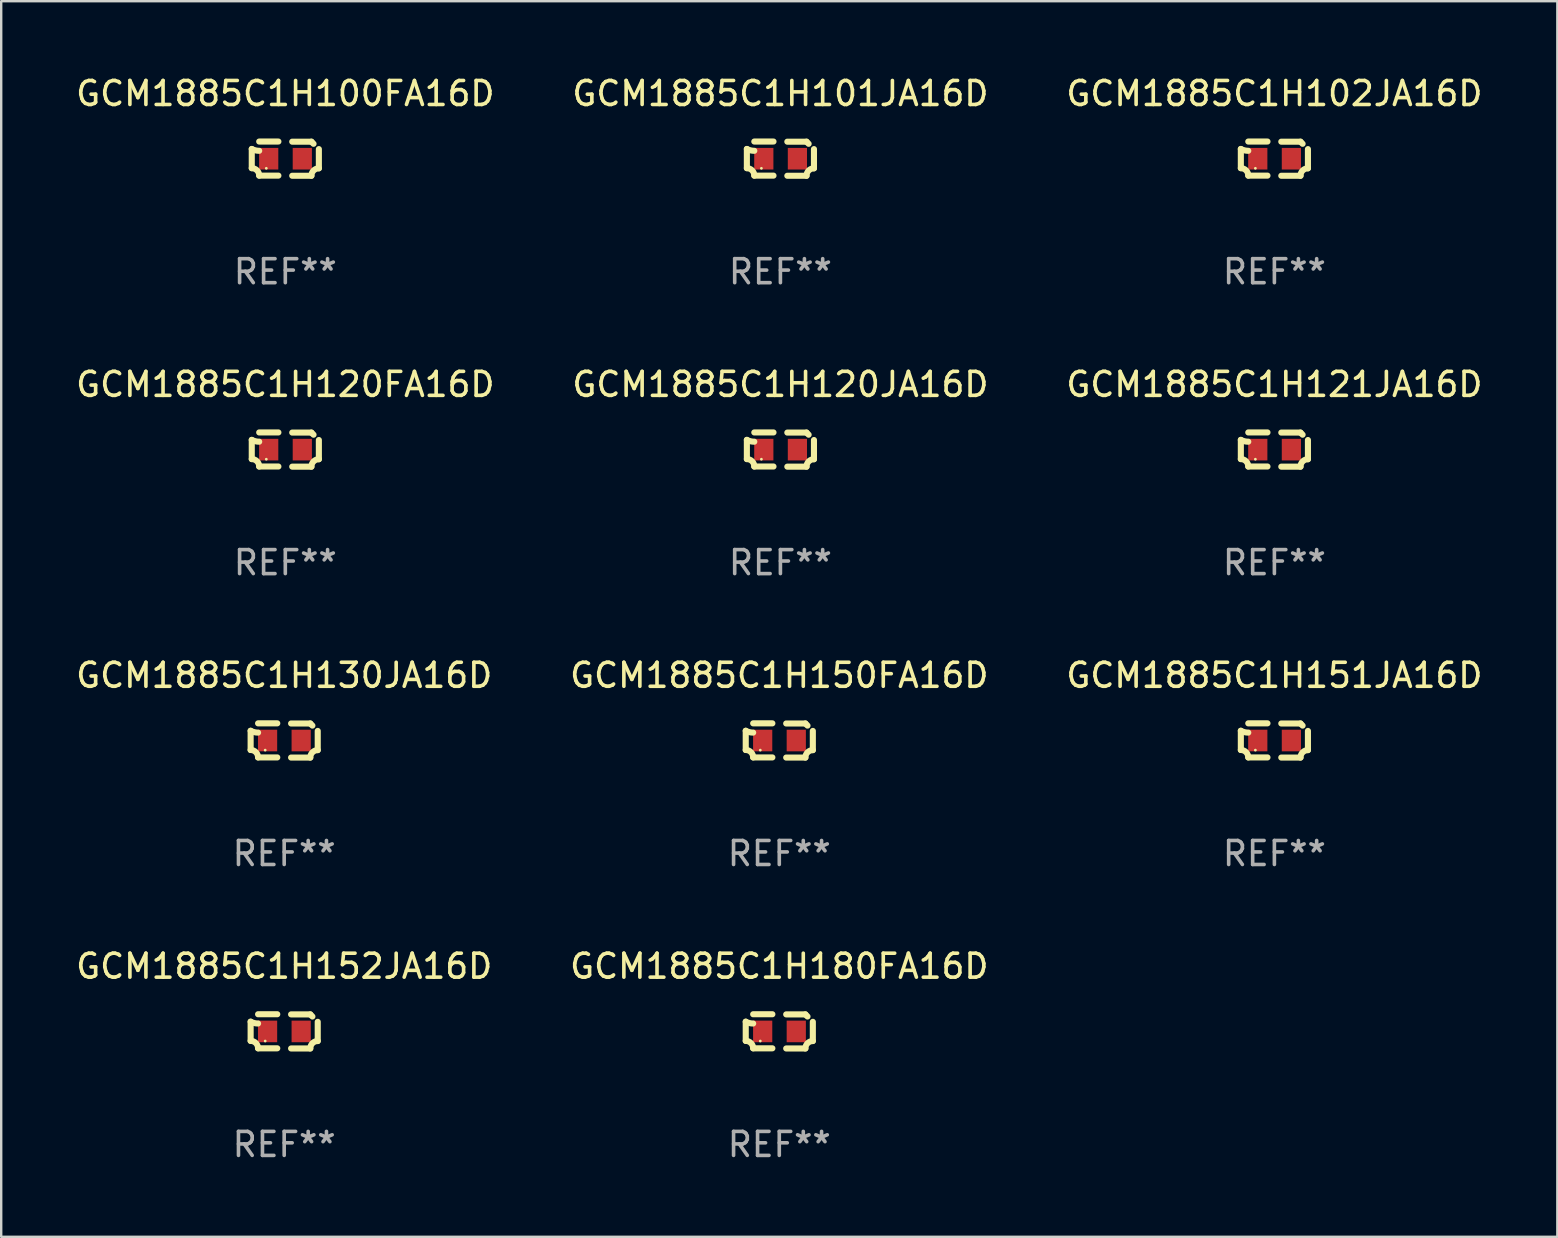
<source format=kicad_pcb>
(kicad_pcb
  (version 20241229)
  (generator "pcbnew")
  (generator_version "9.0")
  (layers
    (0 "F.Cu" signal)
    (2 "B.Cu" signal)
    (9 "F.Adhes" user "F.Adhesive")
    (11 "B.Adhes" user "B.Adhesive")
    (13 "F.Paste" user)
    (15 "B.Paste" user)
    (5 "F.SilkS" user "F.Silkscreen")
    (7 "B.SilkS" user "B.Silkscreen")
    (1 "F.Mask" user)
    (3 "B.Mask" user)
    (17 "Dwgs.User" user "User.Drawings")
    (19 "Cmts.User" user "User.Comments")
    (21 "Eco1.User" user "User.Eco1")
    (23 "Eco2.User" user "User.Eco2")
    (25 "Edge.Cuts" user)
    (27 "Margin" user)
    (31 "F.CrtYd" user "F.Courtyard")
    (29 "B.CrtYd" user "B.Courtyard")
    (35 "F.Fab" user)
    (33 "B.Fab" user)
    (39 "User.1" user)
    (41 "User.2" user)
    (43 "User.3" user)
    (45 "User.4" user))
  (footprint "GCM1885C1H152JA16D"
    (layer "F.Cu")
    (at 8.792 39.927)
    (property "Reference" "GCM1885C1H152JA16D" (at 0 -2.713 0) (layer "F.SilkS") (effects (font (size 1 1) (thickness 0.15))))
    (attr through_hole)
    (fp_line (start -1.398 -0.403) (end -1.398 0.397) (stroke (width 0.254) (type solid)) (layer "F.SilkS"))
    (fp_line (start -0.288 -0.713) (end -1.088 -0.713) (stroke (width 0.254) (type solid)) (layer "F.SilkS"))
    (fp_line (start -0.288 0.707) (end -1.088 0.707) (stroke (width 0.254) (type solid)) (layer "F.SilkS"))
    (fp_line (start 0.288 -0.707) (end 1.088 -0.707) (stroke (width 0.254) (type solid)) (layer "F.SilkS"))
    (fp_line (start 0.288 0.713) (end 1.088 0.713) (stroke (width 0.254) (type solid)) (layer "F.SilkS"))
    (fp_line (start 1.398 -0.397) (end 1.398 0.403) (stroke (width 0.254) (type solid)) (layer "F.SilkS"))
    (fp_arc (start -1.397789 0.397066) (mid -1.178701 0.487826) (end -1.08796 0.706922) (stroke (width 0.254001) (type solid)) (layer "F.SilkS"))
    (fp_arc (start -1.08796 -0.327176) (mid -1.247436 -0.346384) (end -1.39779 -0.402908) (stroke (width 0.254001) (type solid)) (layer "F.SilkS"))
    (fp_arc (start 1.087909 0.712738) (mid 1.178656 0.493655) (end 1.397739 0.402908) (stroke (width 0.254001) (type solid)) (layer "F.SilkS"))
    (fp_arc (start 1.175925 -0.618926) (mid 1.131917 -0.662923) (end 1.08791 -0.706922) (stroke (width 0.254001) (type solid)) (layer "F.SilkS"))
    (fp_circle (center -0.792 0.403) (end -0.762 0.403) (stroke (width 0.06) (type solid)) (fill no) (layer "F.SilkS"))
    (fp_text user "REF**" (at 0 4.713 0) (layer "F.Fab") (effects (font (size 1 1) (thickness 0.15))))
    (pad "1" smd rect (at -0.692 0.003) (size 0.8 0.9) (layers "F.Cu" "F.Mask" "F.Paste"))
    (pad "2" smd rect (at 0.708 0.003) (size 0.8 0.9) (layers "F.Cu" "F.Mask" "F.Paste")))
  (footprint "GCM1885C1H130JA16D"
    (layer "F.Cu")
    (at 8.792 27.805)
    (property "Reference" "GCM1885C1H130JA16D" (at 0 -2.713 0) (layer "F.SilkS") (effects (font (size 1 1) (thickness 0.15))))
    (attr through_hole)
    (fp_line (start -1.398 -0.403) (end -1.398 0.397) (stroke (width 0.254) (type solid)) (layer "F.SilkS"))
    (fp_line (start -0.288 -0.713) (end -1.088 -0.713) (stroke (width 0.254) (type solid)) (layer "F.SilkS"))
    (fp_line (start -0.288 0.707) (end -1.088 0.707) (stroke (width 0.254) (type solid)) (layer "F.SilkS"))
    (fp_line (start 0.288 -0.707) (end 1.088 -0.707) (stroke (width 0.254) (type solid)) (layer "F.SilkS"))
    (fp_line (start 0.288 0.713) (end 1.088 0.713) (stroke (width 0.254) (type solid)) (layer "F.SilkS"))
    (fp_line (start 1.398 -0.397) (end 1.398 0.403) (stroke (width 0.254) (type solid)) (layer "F.SilkS"))
    (fp_arc (start -1.397789 0.397066) (mid -1.178701 0.487826) (end -1.08796 0.706922) (stroke (width 0.254001) (type solid)) (layer "F.SilkS"))
    (fp_arc (start -1.08796 -0.327176) (mid -1.247436 -0.346384) (end -1.39779 -0.402908) (stroke (width 0.254001) (type solid)) (layer "F.SilkS"))
    (fp_arc (start 1.087909 0.712738) (mid 1.178656 0.493655) (end 1.397739 0.402908) (stroke (width 0.254001) (type solid)) (layer "F.SilkS"))
    (fp_arc (start 1.175925 -0.618926) (mid 1.131917 -0.662923) (end 1.08791 -0.706922) (stroke (width 0.254001) (type solid)) (layer "F.SilkS"))
    (fp_circle (center -0.792 0.403) (end -0.762 0.403) (stroke (width 0.06) (type solid)) (fill no) (layer "F.SilkS"))
    (fp_text user "REF**" (at 0 4.713 0) (layer "F.Fab") (effects (font (size 1 1) (thickness 0.15))))
    (pad "1" smd rect (at -0.692 0.003) (size 0.8 0.9) (layers "F.Cu" "F.Mask" "F.Paste"))
    (pad "2" smd rect (at 0.708 0.003) (size 0.8 0.9) (layers "F.Cu" "F.Mask" "F.Paste")))
  (footprint "GCM1885C1H120JA16D"
    (layer "F.Cu")
    (at 29.47 15.683)
    (property "Reference" "GCM1885C1H120JA16D" (at 0 -2.713 0) (layer "F.SilkS") (effects (font (size 1 1) (thickness 0.15))))
    (attr through_hole)
    (fp_line (start -1.398 -0.403) (end -1.398 0.397) (stroke (width 0.254) (type solid)) (layer "F.SilkS"))
    (fp_line (start -0.288 -0.713) (end -1.088 -0.713) (stroke (width 0.254) (type solid)) (layer "F.SilkS"))
    (fp_line (start -0.288 0.707) (end -1.088 0.707) (stroke (width 0.254) (type solid)) (layer "F.SilkS"))
    (fp_line (start 0.288 -0.707) (end 1.088 -0.707) (stroke (width 0.254) (type solid)) (layer "F.SilkS"))
    (fp_line (start 0.288 0.713) (end 1.088 0.713) (stroke (width 0.254) (type solid)) (layer "F.SilkS"))
    (fp_line (start 1.398 -0.397) (end 1.398 0.403) (stroke (width 0.254) (type solid)) (layer "F.SilkS"))
    (fp_arc (start -1.397789 0.397066) (mid -1.178701 0.487826) (end -1.08796 0.706922) (stroke (width 0.254001) (type solid)) (layer "F.SilkS"))
    (fp_arc (start -1.08796 -0.327176) (mid -1.247436 -0.346384) (end -1.39779 -0.402908) (stroke (width 0.254001) (type solid)) (layer "F.SilkS"))
    (fp_arc (start 1.087909 0.712738) (mid 1.178656 0.493655) (end 1.397739 0.402908) (stroke (width 0.254001) (type solid)) (layer "F.SilkS"))
    (fp_arc (start 1.175925 -0.618926) (mid 1.131917 -0.662923) (end 1.08791 -0.706922) (stroke (width 0.254001) (type solid)) (layer "F.SilkS"))
    (fp_circle (center -0.792 0.403) (end -0.762 0.403) (stroke (width 0.06) (type solid)) (fill no) (layer "F.SilkS"))
    (fp_text user "REF**" (at 0 4.713 0) (layer "F.Fab") (effects (font (size 1 1) (thickness 0.15))))
    (pad "1" smd rect (at -0.692 0.003) (size 0.8 0.9) (layers "F.Cu" "F.Mask" "F.Paste"))
    (pad "2" smd rect (at 0.708 0.003) (size 0.8 0.9) (layers "F.Cu" "F.Mask" "F.Paste")))
  (footprint "GCM1885C1H100FA16D"
    (layer "F.Cu")
    (at 8.839 3.561)
    (property "Reference" "GCM1885C1H100FA16D" (at 0 -2.713 0) (layer "F.SilkS") (effects (font (size 1 1) (thickness 0.15))))
    (attr through_hole)
    (fp_line (start -1.398 -0.403) (end -1.398 0.397) (stroke (width 0.254) (type solid)) (layer "F.SilkS"))
    (fp_line (start -0.288 -0.713) (end -1.088 -0.713) (stroke (width 0.254) (type solid)) (layer "F.SilkS"))
    (fp_line (start -0.288 0.707) (end -1.088 0.707) (stroke (width 0.254) (type solid)) (layer "F.SilkS"))
    (fp_line (start 0.288 -0.707) (end 1.088 -0.707) (stroke (width 0.254) (type solid)) (layer "F.SilkS"))
    (fp_line (start 0.288 0.713) (end 1.088 0.713) (stroke (width 0.254) (type solid)) (layer "F.SilkS"))
    (fp_line (start 1.398 -0.397) (end 1.398 0.403) (stroke (width 0.254) (type solid)) (layer "F.SilkS"))
    (fp_arc (start -1.397789 0.397066) (mid -1.178701 0.487826) (end -1.08796 0.706922) (stroke (width 0.254001) (type solid)) (layer "F.SilkS"))
    (fp_arc (start -1.08796 -0.327176) (mid -1.247436 -0.346384) (end -1.39779 -0.402908) (stroke (width 0.254001) (type solid)) (layer "F.SilkS"))
    (fp_arc (start 1.087909 0.712738) (mid 1.178656 0.493655) (end 1.397739 0.402908) (stroke (width 0.254001) (type solid)) (layer "F.SilkS"))
    (fp_arc (start 1.175925 -0.618926) (mid 1.131917 -0.662923) (end 1.08791 -0.706922) (stroke (width 0.254001) (type solid)) (layer "F.SilkS"))
    (fp_circle (center -0.792 0.403) (end -0.762 0.403) (stroke (width 0.06) (type solid)) (fill no) (layer "F.SilkS"))
    (fp_text user "REF**" (at 0 4.713 0) (layer "F.Fab") (effects (font (size 1 1) (thickness 0.15))))
    (pad "1" smd rect (at -0.692 0.003) (size 0.8 0.9) (layers "F.Cu" "F.Mask" "F.Paste"))
    (pad "2" smd rect (at 0.708 0.003) (size 0.8 0.9) (layers "F.Cu" "F.Mask" "F.Paste")))
  (footprint "GCM1885C1H121JA16D"
    (layer "F.Cu")
    (at 50.054 15.683)
    (property "Reference" "GCM1885C1H121JA16D" (at 0 -2.713 0) (layer "F.SilkS") (effects (font (size 1 1) (thickness 0.15))))
    (attr through_hole)
    (fp_line (start -1.398 -0.403) (end -1.398 0.397) (stroke (width 0.254) (type solid)) (layer "F.SilkS"))
    (fp_line (start -0.288 -0.713) (end -1.088 -0.713) (stroke (width 0.254) (type solid)) (layer "F.SilkS"))
    (fp_line (start -0.288 0.707) (end -1.088 0.707) (stroke (width 0.254) (type solid)) (layer "F.SilkS"))
    (fp_line (start 0.288 -0.707) (end 1.088 -0.707) (stroke (width 0.254) (type solid)) (layer "F.SilkS"))
    (fp_line (start 0.288 0.713) (end 1.088 0.713) (stroke (width 0.254) (type solid)) (layer "F.SilkS"))
    (fp_line (start 1.398 -0.397) (end 1.398 0.403) (stroke (width 0.254) (type solid)) (layer "F.SilkS"))
    (fp_arc (start -1.397789 0.397066) (mid -1.178701 0.487826) (end -1.08796 0.706922) (stroke (width 0.254001) (type solid)) (layer "F.SilkS"))
    (fp_arc (start -1.08796 -0.327176) (mid -1.247436 -0.346384) (end -1.39779 -0.402908) (stroke (width 0.254001) (type solid)) (layer "F.SilkS"))
    (fp_arc (start 1.087909 0.712738) (mid 1.178656 0.493655) (end 1.397739 0.402908) (stroke (width 0.254001) (type solid)) (layer "F.SilkS"))
    (fp_arc (start 1.175925 -0.618926) (mid 1.131917 -0.662923) (end 1.08791 -0.706922) (stroke (width 0.254001) (type solid)) (layer "F.SilkS"))
    (fp_circle (center -0.792 0.403) (end -0.762 0.403) (stroke (width 0.06) (type solid)) (fill no) (layer "F.SilkS"))
    (fp_text user "REF**" (at 0 4.713 0) (layer "F.Fab") (effects (font (size 1 1) (thickness 0.15))))
    (pad "1" smd rect (at -0.692 0.003) (size 0.8 0.9) (layers "F.Cu" "F.Mask" "F.Paste"))
    (pad "2" smd rect (at 0.708 0.003) (size 0.8 0.9) (layers "F.Cu" "F.Mask" "F.Paste")))
  (footprint "GCM1885C1H180FA16D"
    (layer "F.Cu")
    (at 29.423 39.927)
    (property "Reference" "GCM1885C1H180FA16D" (at 0 -2.713 0) (layer "F.SilkS") (effects (font (size 1 1) (thickness 0.15))))
    (attr through_hole)
    (fp_line (start -1.398 -0.403) (end -1.398 0.397) (stroke (width 0.254) (type solid)) (layer "F.SilkS"))
    (fp_line (start -0.288 -0.713) (end -1.088 -0.713) (stroke (width 0.254) (type solid)) (layer "F.SilkS"))
    (fp_line (start -0.288 0.707) (end -1.088 0.707) (stroke (width 0.254) (type solid)) (layer "F.SilkS"))
    (fp_line (start 0.288 -0.707) (end 1.088 -0.707) (stroke (width 0.254) (type solid)) (layer "F.SilkS"))
    (fp_line (start 0.288 0.713) (end 1.088 0.713) (stroke (width 0.254) (type solid)) (layer "F.SilkS"))
    (fp_line (start 1.398 -0.397) (end 1.398 0.403) (stroke (width 0.254) (type solid)) (layer "F.SilkS"))
    (fp_arc (start -1.397789 0.397066) (mid -1.178701 0.487826) (end -1.08796 0.706922) (stroke (width 0.254001) (type solid)) (layer "F.SilkS"))
    (fp_arc (start -1.08796 -0.327176) (mid -1.247436 -0.346384) (end -1.39779 -0.402908) (stroke (width 0.254001) (type solid)) (layer "F.SilkS"))
    (fp_arc (start 1.087909 0.712738) (mid 1.178656 0.493655) (end 1.397739 0.402908) (stroke (width 0.254001) (type solid)) (layer "F.SilkS"))
    (fp_arc (start 1.175925 -0.618926) (mid 1.131917 -0.662923) (end 1.08791 -0.706922) (stroke (width 0.254001) (type solid)) (layer "F.SilkS"))
    (fp_circle (center -0.792 0.403) (end -0.762 0.403) (stroke (width 0.06) (type solid)) (fill no) (layer "F.SilkS"))
    (fp_text user "REF**" (at 0 4.713 0) (layer "F.Fab") (effects (font (size 1 1) (thickness 0.15))))
    (pad "1" smd rect (at -0.692 0.003) (size 0.8 0.9) (layers "F.Cu" "F.Mask" "F.Paste"))
    (pad "2" smd rect (at 0.708 0.003) (size 0.8 0.9) (layers "F.Cu" "F.Mask" "F.Paste")))
  (footprint "GCM1885C1H150FA16D"
    (layer "F.Cu")
    (at 29.423 27.805)
    (property "Reference" "GCM1885C1H150FA16D" (at 0 -2.713 0) (layer "F.SilkS") (effects (font (size 1 1) (thickness 0.15))))
    (attr through_hole)
    (fp_line (start -1.398 -0.403) (end -1.398 0.397) (stroke (width 0.254) (type solid)) (layer "F.SilkS"))
    (fp_line (start -0.288 -0.713) (end -1.088 -0.713) (stroke (width 0.254) (type solid)) (layer "F.SilkS"))
    (fp_line (start -0.288 0.707) (end -1.088 0.707) (stroke (width 0.254) (type solid)) (layer "F.SilkS"))
    (fp_line (start 0.288 -0.707) (end 1.088 -0.707) (stroke (width 0.254) (type solid)) (layer "F.SilkS"))
    (fp_line (start 0.288 0.713) (end 1.088 0.713) (stroke (width 0.254) (type solid)) (layer "F.SilkS"))
    (fp_line (start 1.398 -0.397) (end 1.398 0.403) (stroke (width 0.254) (type solid)) (layer "F.SilkS"))
    (fp_arc (start -1.397789 0.397066) (mid -1.178701 0.487826) (end -1.08796 0.706922) (stroke (width 0.254001) (type solid)) (layer "F.SilkS"))
    (fp_arc (start -1.08796 -0.327176) (mid -1.247436 -0.346384) (end -1.39779 -0.402908) (stroke (width 0.254001) (type solid)) (layer "F.SilkS"))
    (fp_arc (start 1.087909 0.712738) (mid 1.178656 0.493655) (end 1.397739 0.402908) (stroke (width 0.254001) (type solid)) (layer "F.SilkS"))
    (fp_arc (start 1.175925 -0.618926) (mid 1.131917 -0.662923) (end 1.08791 -0.706922) (stroke (width 0.254001) (type solid)) (layer "F.SilkS"))
    (fp_circle (center -0.792 0.403) (end -0.762 0.403) (stroke (width 0.06) (type solid)) (fill no) (layer "F.SilkS"))
    (fp_text user "REF**" (at 0 4.713 0) (layer "F.Fab") (effects (font (size 1 1) (thickness 0.15))))
    (pad "1" smd rect (at -0.692 0.003) (size 0.8 0.9) (layers "F.Cu" "F.Mask" "F.Paste"))
    (pad "2" smd rect (at 0.708 0.003) (size 0.8 0.9) (layers "F.Cu" "F.Mask" "F.Paste")))
  (footprint "GCM1885C1H120FA16D"
    (layer "F.Cu")
    (at 8.839 15.683)
    (property "Reference" "GCM1885C1H120FA16D" (at 0 -2.713 0) (layer "F.SilkS") (effects (font (size 1 1) (thickness 0.15))))
    (attr through_hole)
    (fp_line (start -1.398 -0.403) (end -1.398 0.397) (stroke (width 0.254) (type solid)) (layer "F.SilkS"))
    (fp_line (start -0.288 -0.713) (end -1.088 -0.713) (stroke (width 0.254) (type solid)) (layer "F.SilkS"))
    (fp_line (start -0.288 0.707) (end -1.088 0.707) (stroke (width 0.254) (type solid)) (layer "F.SilkS"))
    (fp_line (start 0.288 -0.707) (end 1.088 -0.707) (stroke (width 0.254) (type solid)) (layer "F.SilkS"))
    (fp_line (start 0.288 0.713) (end 1.088 0.713) (stroke (width 0.254) (type solid)) (layer "F.SilkS"))
    (fp_line (start 1.398 -0.397) (end 1.398 0.403) (stroke (width 0.254) (type solid)) (layer "F.SilkS"))
    (fp_arc (start -1.397789 0.397066) (mid -1.178701 0.487826) (end -1.08796 0.706922) (stroke (width 0.254001) (type solid)) (layer "F.SilkS"))
    (fp_arc (start -1.08796 -0.327176) (mid -1.247436 -0.346384) (end -1.39779 -0.402908) (stroke (width 0.254001) (type solid)) (layer "F.SilkS"))
    (fp_arc (start 1.087909 0.712738) (mid 1.178656 0.493655) (end 1.397739 0.402908) (stroke (width 0.254001) (type solid)) (layer "F.SilkS"))
    (fp_arc (start 1.175925 -0.618926) (mid 1.131917 -0.662923) (end 1.08791 -0.706922) (stroke (width 0.254001) (type solid)) (layer "F.SilkS"))
    (fp_circle (center -0.792 0.403) (end -0.762 0.403) (stroke (width 0.06) (type solid)) (fill no) (layer "F.SilkS"))
    (fp_text user "REF**" (at 0 4.713 0) (layer "F.Fab") (effects (font (size 1 1) (thickness 0.15))))
    (pad "1" smd rect (at -0.692 0.003) (size 0.8 0.9) (layers "F.Cu" "F.Mask" "F.Paste"))
    (pad "2" smd rect (at 0.708 0.003) (size 0.8 0.9) (layers "F.Cu" "F.Mask" "F.Paste")))
  (footprint "GCM1885C1H151JA16D"
    (layer "F.Cu")
    (at 50.054 27.805)
    (property "Reference" "GCM1885C1H151JA16D" (at 0 -2.713 0) (layer "F.SilkS") (effects (font (size 1 1) (thickness 0.15))))
    (attr through_hole)
    (fp_line (start -1.398 -0.403) (end -1.398 0.397) (stroke (width 0.254) (type solid)) (layer "F.SilkS"))
    (fp_line (start -0.288 -0.713) (end -1.088 -0.713) (stroke (width 0.254) (type solid)) (layer "F.SilkS"))
    (fp_line (start -0.288 0.707) (end -1.088 0.707) (stroke (width 0.254) (type solid)) (layer "F.SilkS"))
    (fp_line (start 0.288 -0.707) (end 1.088 -0.707) (stroke (width 0.254) (type solid)) (layer "F.SilkS"))
    (fp_line (start 0.288 0.713) (end 1.088 0.713) (stroke (width 0.254) (type solid)) (layer "F.SilkS"))
    (fp_line (start 1.398 -0.397) (end 1.398 0.403) (stroke (width 0.254) (type solid)) (layer "F.SilkS"))
    (fp_arc (start -1.397789 0.397066) (mid -1.178701 0.487826) (end -1.08796 0.706922) (stroke (width 0.254001) (type solid)) (layer "F.SilkS"))
    (fp_arc (start -1.08796 -0.327176) (mid -1.247436 -0.346384) (end -1.39779 -0.402908) (stroke (width 0.254001) (type solid)) (layer "F.SilkS"))
    (fp_arc (start 1.087909 0.712738) (mid 1.178656 0.493655) (end 1.397739 0.402908) (stroke (width 0.254001) (type solid)) (layer "F.SilkS"))
    (fp_arc (start 1.175925 -0.618926) (mid 1.131917 -0.662923) (end 1.08791 -0.706922) (stroke (width 0.254001) (type solid)) (layer "F.SilkS"))
    (fp_circle (center -0.792 0.403) (end -0.762 0.403) (stroke (width 0.06) (type solid)) (fill no) (layer "F.SilkS"))
    (fp_text user "REF**" (at 0 4.713 0) (layer "F.Fab") (effects (font (size 1 1) (thickness 0.15))))
    (pad "1" smd rect (at -0.692 0.003) (size 0.8 0.9) (layers "F.Cu" "F.Mask" "F.Paste"))
    (pad "2" smd rect (at 0.708 0.003) (size 0.8 0.9) (layers "F.Cu" "F.Mask" "F.Paste")))
  (footprint "GCM1885C1H102JA16D"
    (layer "F.Cu")
    (at 50.054 3.561)
    (property "Reference" "GCM1885C1H102JA16D" (at 0 -2.713 0) (layer "F.SilkS") (effects (font (size 1 1) (thickness 0.15))))
    (attr through_hole)
    (fp_line (start -1.398 -0.403) (end -1.398 0.397) (stroke (width 0.254) (type solid)) (layer "F.SilkS"))
    (fp_line (start -0.288 -0.713) (end -1.088 -0.713) (stroke (width 0.254) (type solid)) (layer "F.SilkS"))
    (fp_line (start -0.288 0.707) (end -1.088 0.707) (stroke (width 0.254) (type solid)) (layer "F.SilkS"))
    (fp_line (start 0.288 -0.707) (end 1.088 -0.707) (stroke (width 0.254) (type solid)) (layer "F.SilkS"))
    (fp_line (start 0.288 0.713) (end 1.088 0.713) (stroke (width 0.254) (type solid)) (layer "F.SilkS"))
    (fp_line (start 1.398 -0.397) (end 1.398 0.403) (stroke (width 0.254) (type solid)) (layer "F.SilkS"))
    (fp_arc (start -1.397789 0.397066) (mid -1.178701 0.487826) (end -1.08796 0.706922) (stroke (width 0.254001) (type solid)) (layer "F.SilkS"))
    (fp_arc (start -1.08796 -0.327176) (mid -1.247436 -0.346384) (end -1.39779 -0.402908) (stroke (width 0.254001) (type solid)) (layer "F.SilkS"))
    (fp_arc (start 1.087909 0.712738) (mid 1.178656 0.493655) (end 1.397739 0.402908) (stroke (width 0.254001) (type solid)) (layer "F.SilkS"))
    (fp_arc (start 1.175925 -0.618926) (mid 1.131917 -0.662923) (end 1.08791 -0.706922) (stroke (width 0.254001) (type solid)) (layer "F.SilkS"))
    (fp_circle (center -0.792 0.403) (end -0.762 0.403) (stroke (width 0.06) (type solid)) (fill no) (layer "F.SilkS"))
    (fp_text user "REF**" (at 0 4.713 0) (layer "F.Fab") (effects (font (size 1 1) (thickness 0.15))))
    (pad "1" smd rect (at -0.692 0.003) (size 0.8 0.9) (layers "F.Cu" "F.Mask" "F.Paste"))
    (pad "2" smd rect (at 0.708 0.003) (size 0.8 0.9) (layers "F.Cu" "F.Mask" "F.Paste")))
  (footprint "GCM1885C1H101JA16D"
    (layer "F.Cu")
    (at 29.47 3.561)
    (property "Reference" "GCM1885C1H101JA16D" (at 0 -2.713 0) (layer "F.SilkS") (effects (font (size 1 1) (thickness 0.15))))
    (attr through_hole)
    (fp_line (start -1.398 -0.403) (end -1.398 0.397) (stroke (width 0.254) (type solid)) (layer "F.SilkS"))
    (fp_line (start -0.288 -0.713) (end -1.088 -0.713) (stroke (width 0.254) (type solid)) (layer "F.SilkS"))
    (fp_line (start -0.288 0.707) (end -1.088 0.707) (stroke (width 0.254) (type solid)) (layer "F.SilkS"))
    (fp_line (start 0.288 -0.707) (end 1.088 -0.707) (stroke (width 0.254) (type solid)) (layer "F.SilkS"))
    (fp_line (start 0.288 0.713) (end 1.088 0.713) (stroke (width 0.254) (type solid)) (layer "F.SilkS"))
    (fp_line (start 1.398 -0.397) (end 1.398 0.403) (stroke (width 0.254) (type solid)) (layer "F.SilkS"))
    (fp_arc (start -1.397789 0.397066) (mid -1.178701 0.487826) (end -1.08796 0.706922) (stroke (width 0.254001) (type solid)) (layer "F.SilkS"))
    (fp_arc (start -1.08796 -0.327176) (mid -1.247436 -0.346384) (end -1.39779 -0.402908) (stroke (width 0.254001) (type solid)) (layer "F.SilkS"))
    (fp_arc (start 1.087909 0.712738) (mid 1.178656 0.493655) (end 1.397739 0.402908) (stroke (width 0.254001) (type solid)) (layer "F.SilkS"))
    (fp_arc (start 1.175925 -0.618926) (mid 1.131917 -0.662923) (end 1.08791 -0.706922) (stroke (width 0.254001) (type solid)) (layer "F.SilkS"))
    (fp_circle (center -0.792 0.403) (end -0.762 0.403) (stroke (width 0.06) (type solid)) (fill no) (layer "F.SilkS"))
    (fp_text user "REF**" (at 0 4.713 0) (layer "F.Fab") (effects (font (size 1 1) (thickness 0.15))))
    (pad "1" smd rect (at -0.692 0.003) (size 0.8 0.9) (layers "F.Cu" "F.Mask" "F.Paste"))
    (pad "2" smd rect (at 0.708 0.003) (size 0.8 0.9) (layers "F.Cu" "F.Mask" "F.Paste")))
  (gr_rect
    (start -3 -3)
    (end 61.845 48.488)
    (stroke (width 0.1) (type default))
    (fill no)
    (layer "Edge.Cuts")))
</source>
